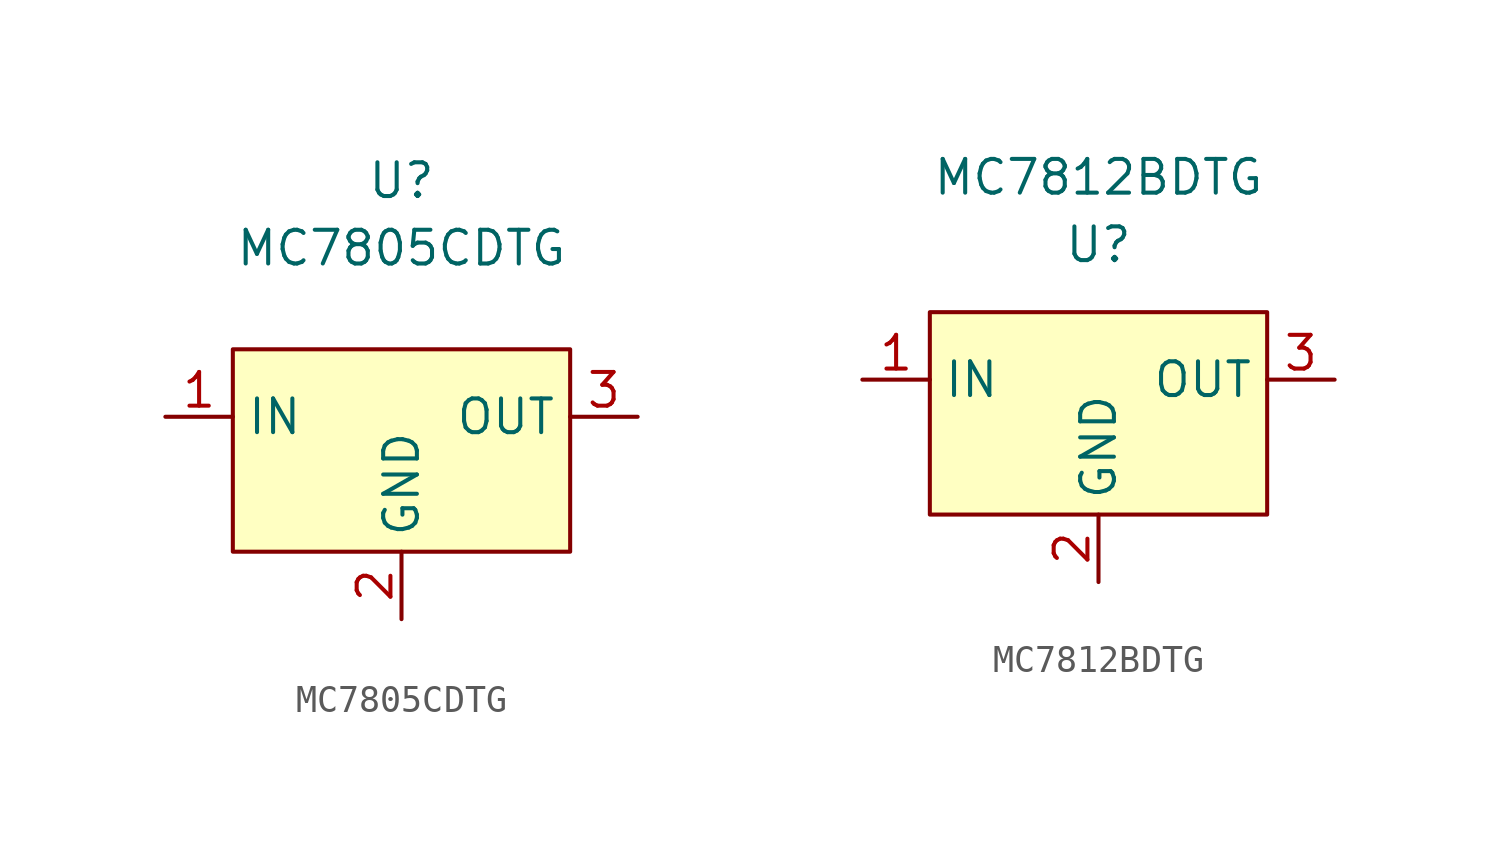
<source format=kicad_sym>
(kicad_symbol_lib
  (version 20211014)
  (generator kicad_symbol_editor)
  (symbol "MC7805CDTG"
    (property "Reference" "U"
      (at 0 10.16 0)
      (effects (font (size 1.27 1.27))))
    (property "Value" "MC7805CDTG"
      (at 0 7.62 0)
      (effects (font (size 1.27 1.27))))
    (symbol "MC7805CDTG_0_1"
      (rectangle (start -6.35 3.81) (end 6.35 -3.81) (stroke (width 0) (type default) (color 0 0 0 0)) (fill (type background))))
    (symbol "MC7805CDTG_1_1"
      (pin power_in line (at -8.89 1.27 0) (length 2.54) (name "IN" (effects (font (size 1.27 1.27)))) (number "1" (effects (font (size 1.27 1.27)))))
      (pin power_in line (at 0 -6.35 90) (length 2.54) (name "GND" (effects (font (size 1.27 1.27)))) (number "2" (effects (font (size 1.27 1.27)))))
      (pin power_in line (at 8.89 1.27 180) (length 2.54) (name "OUT" (effects (font (size 1.27 1.27)))) (number "3" (effects (font (size 1.27 1.27)))))))
  (symbol "MC7812BDTG"
    (property "Reference" "U"
      (at 0 6.35 0)
      (effects (font (size 1.27 1.27))))
    (property "Value" "MC7812BDTG"
      (at 0 8.89 0)
      (effects (font (size 1.27 1.27))))
    (symbol "MC7812BDTG_0_1"
      (rectangle (start -6.35 3.81) (end 6.35 -3.81) (stroke (width 0) (type default) (color 0 0 0 0)) (fill (type background))))
    (symbol "MC7812BDTG_1_1"
      (pin power_in line (at -8.89 1.27 0) (length 2.54) (name "IN" (effects (font (size 1.27 1.27)))) (number "1" (effects (font (size 1.27 1.27)))))
      (pin power_in line (at 0 -6.35 90) (length 2.54) (name "GND" (effects (font (size 1.27 1.27)))) (number "2" (effects (font (size 1.27 1.27)))))
      (pin power_in line (at 8.89 1.27 180) (length 2.54) (name "OUT" (effects (font (size 1.27 1.27)))) (number "3" (effects (font (size 1.27 1.27))))))))
</source>
